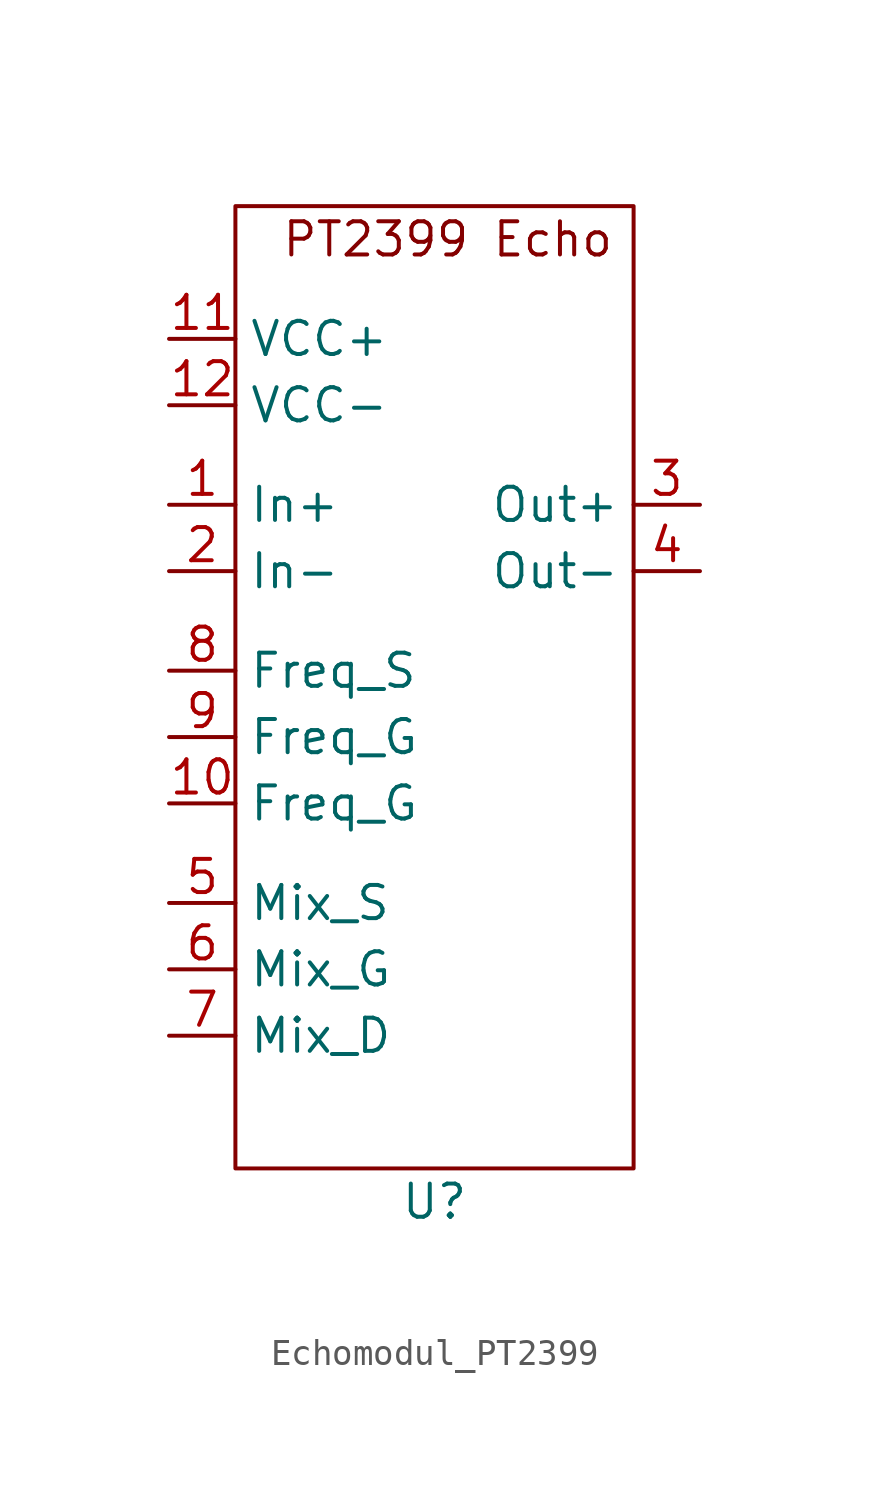
<source format=kicad_sym>
(kicad_symbol_lib
  (version 20231120)
  (generator "kicad_symbol_editor")
  (generator_version "8.0")
  (symbol "Echomodul_PT2399"
    (property "Reference" "U"
      (at 0 0 0)
      (effects (font (size 1.27 1.27))))
    (property "Value" ""
      (at 0 0 0)
      (effects (font (size 1.27 1.27))))
    (symbol "Echomodul_PT2399_0_1"
      (rectangle (start -7.62 38.1) (end 7.62 1.27) (stroke (width 0) (type default)) (fill (type none))))
    (symbol "Echomodul_PT2399_1_1"
      (text "PT2399 Echo" (at 0.508 36.83 0) (effects (font (size 1.27 1.27))))
      (pin input line (at -10.16 26.67 0) (length 2.54) (name "In+" (effects (font (size 1.27 1.27)))) (number "1" (effects (font (size 1.27 1.27)))))
      (pin passive line (at -10.16 15.24 0) (length 2.54) (name "Freq_G" (effects (font (size 1.27 1.27)))) (number "10" (effects (font (size 1.27 1.27)))))
      (pin power_in line (at -10.16 33.02 0) (length 2.54) (name "VCC+" (effects (font (size 1.27 1.27)))) (number "11" (effects (font (size 1.27 1.27)))))
      (pin power_in line (at -10.16 30.48 0) (length 2.54) (name "VCC-" (effects (font (size 1.27 1.27)))) (number "12" (effects (font (size 1.27 1.27)))))
      (pin input line (at -10.16 24.13 0) (length 2.54) (name "In-" (effects (font (size 1.27 1.27)))) (number "2" (effects (font (size 1.27 1.27)))))
      (pin output line (at 10.16 26.67 180) (length 2.54) (name "Out+" (effects (font (size 1.27 1.27)))) (number "3" (effects (font (size 1.27 1.27)))))
      (pin output line (at 10.16 24.13 180) (length 2.54) (name "Out-" (effects (font (size 1.27 1.27)))) (number "4" (effects (font (size 1.27 1.27)))))
      (pin passive line (at -10.16 11.43 0) (length 2.54) (name "Mix_S" (effects (font (size 1.27 1.27)))) (number "5" (effects (font (size 1.27 1.27)))))
      (pin passive line (at -10.16 8.89 0) (length 2.54) (name "Mix_G" (effects (font (size 1.27 1.27)))) (number "6" (effects (font (size 1.27 1.27)))))
      (pin passive line (at -10.16 6.35 0) (length 2.54) (name "Mix_D" (effects (font (size 1.27 1.27)))) (number "7" (effects (font (size 1.27 1.27)))))
      (pin passive line (at -10.16 20.32 0) (length 2.54) (name "Freq_S" (effects (font (size 1.27 1.27)))) (number "8" (effects (font (size 1.27 1.27)))))
      (pin passive line (at -10.16 17.78 0) (length 2.54) (name "Freq_G" (effects (font (size 1.27 1.27)))) (number "9" (effects (font (size 1.27 1.27))))))))
</source>
